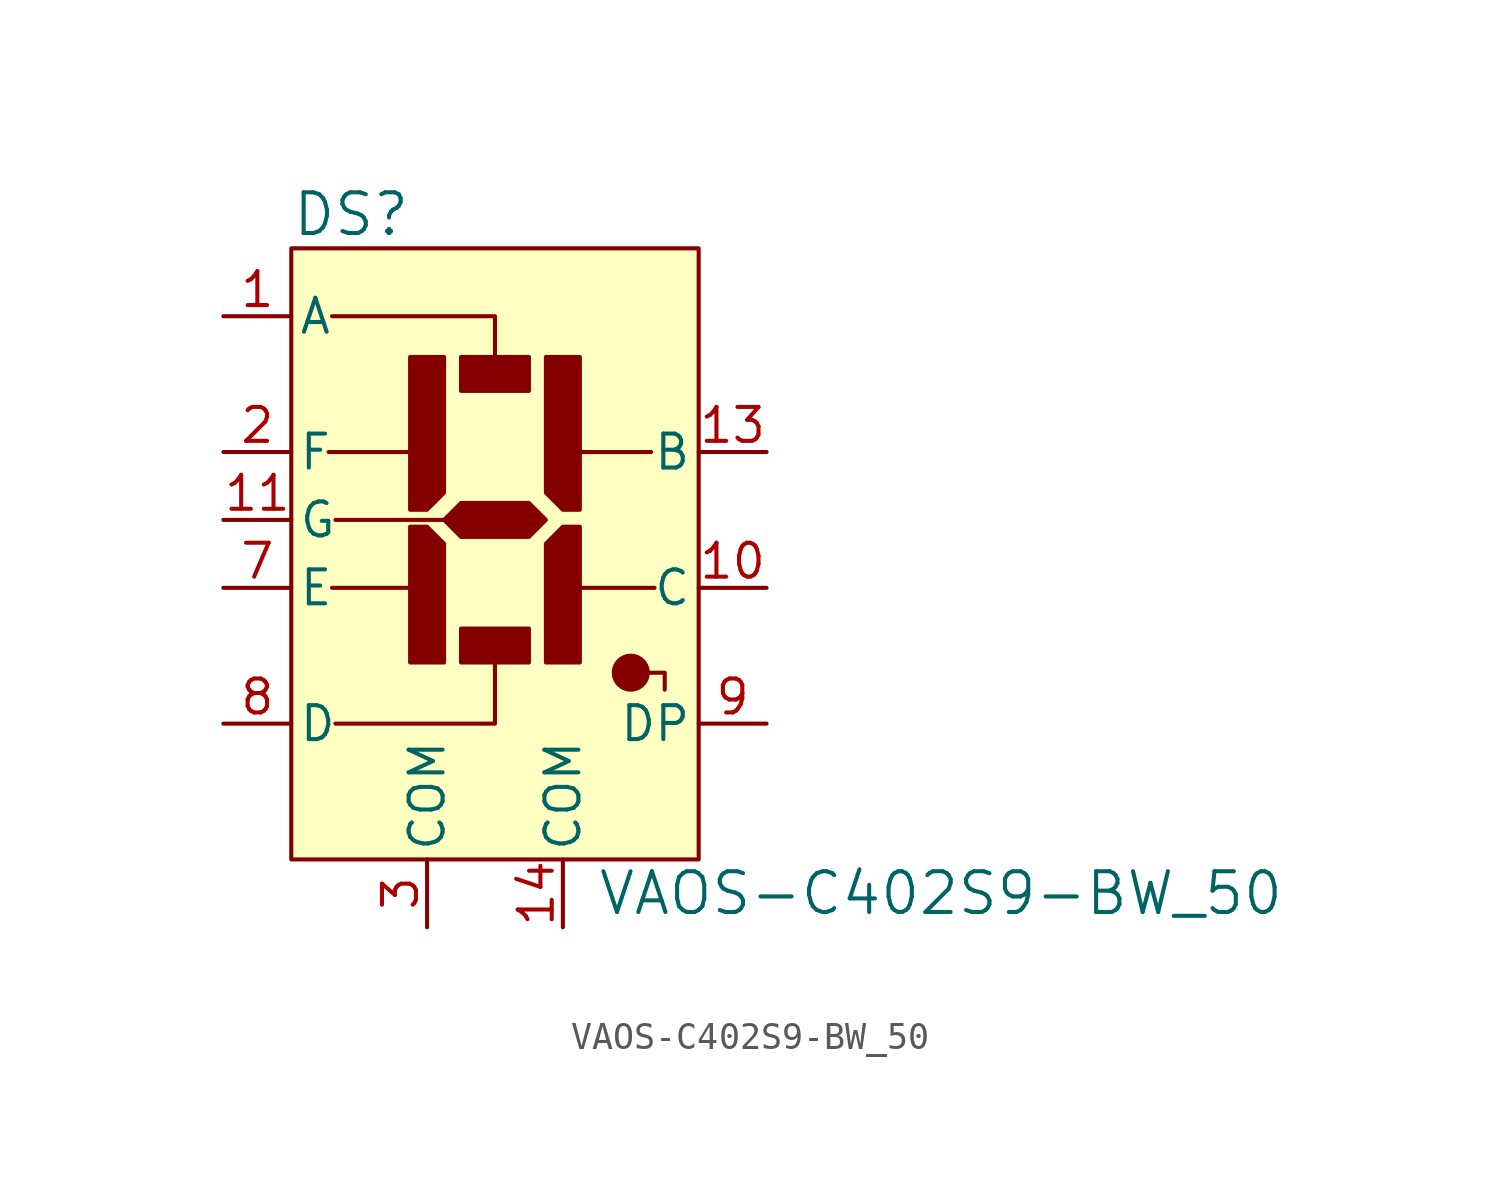
<source format=kicad_sym>
(kicad_symbol_lib
  (version 20220914)
  (generator kicad_symbol_editor)
  (symbol "VAOS-C402S9-BW_50"
    (pin_names
      (offset 0.254))
    (property "Reference" "DS"
      (at -7.62 11.43 0)
      (effects (font (size 1.524 1.524)) (justify left)))
    (property "Value" "VAOS-C402S9-BW_50"
      (at 3.81 -13.97 0)
      (effects (font (size 1.524 1.524)) (justify left)))
    (symbol "VAOS-C402S9-BW_50_0_1"
      (rectangle (start -7.62 10.16) (end 7.62 -12.7) (stroke (width 0) (type solid)) (fill (type background)))
      (rectangle (start -1.27 -4.064) (end 1.27 -5.334) (stroke (width 0) (type solid)) (fill (type outline)))
      (polyline (pts (xy -6.223 2.54) (xy -2.54 2.54)) (stroke (width 0) (type solid)) (fill (type none)))
      (polyline (pts (xy -6.096 -2.54) (xy -2.54 -2.54)) (stroke (width 0) (type solid)) (fill (type none)))
      (polyline (pts (xy -5.969 0) (xy 0 0)) (stroke (width 0) (type solid)) (fill (type none)))
      (polyline (pts (xy 5.842 2.54) (xy 2.54 2.54)) (stroke (width 0) (type solid)) (fill (type none)))
      (polyline (pts (xy 5.969 -2.54) (xy 2.54 -2.54)) (stroke (width 0) (type solid)) (fill (type none)))
      (polyline (pts (xy -6.096 7.62) (xy 0 7.62) (xy 0 5.08)) (stroke (width 0) (type solid)) (fill (type none)))
      (polyline (pts (xy -5.969 -7.62) (xy 0 -7.62) (xy 0 -5.08)) (stroke (width 0) (type solid)) (fill (type none)))
      (polyline (pts (xy 6.35 -6.35) (xy 6.35 -5.715) (xy 5.08 -5.715)) (stroke (width 0) (type solid)) (fill (type none)))
      (polyline (pts (xy -1.905 1.016) (xy -2.54 0.381) (xy -3.175 0.381) (xy -3.175 6.096) (xy -1.905 6.096) (xy -1.905 1.016)) (stroke (width 0) (type solid)) (fill (type outline)))
      (polyline (pts (xy 1.905 -0.889) (xy 2.54 -0.254) (xy 3.175 -0.254) (xy 3.175 -5.334) (xy 1.905 -5.334) (xy 1.905 -0.889)) (stroke (width 0) (type solid)) (fill (type outline)))
      (polyline (pts (xy 1.905 1.016) (xy 2.54 0.381) (xy 3.175 0.381) (xy 3.175 6.096) (xy 1.905 6.096) (xy 1.905 1.016)) (stroke (width 0) (type solid)) (fill (type outline)))
      (polyline (pts (xy -1.905 -0.889) (xy -2.54 -0.254) (xy -3.175 -0.254) (xy -3.175 -5.334) (xy -2.54 -5.334) (xy -1.905 -5.334) (xy -1.905 -0.889)) (stroke (width 0) (type solid)) (fill (type outline)))
      (polyline (pts (xy -1.905 0) (xy -1.27 0.635) (xy 1.27 0.635) (xy 1.905 0) (xy 1.27 -0.635) (xy -1.27 -0.635) (xy -1.905 0)) (stroke (width 0) (type solid)) (fill (type outline)))
      (rectangle (start 1.27 4.826) (end -1.27 6.096) (stroke (width 0) (type solid)) (fill (type outline)))
      (circle (center 5.08 -5.715) (radius 0.635) (stroke (width 0) (type solid)) (fill (type outline))))
    (symbol "VAOS-C402S9-BW_50_1_0"
      (pin passive line (at 2.54 -15.24 90) (length 2.54) (name "COM" (effects (font (size 1.27 1.27)))) (number "14" (effects (font (size 1.27 1.27)))))
      (pin passive line (at -2.54 -15.24 90) (length 2.54) (name "COM" (effects (font (size 1.27 1.27)))) (number "3" (effects (font (size 1.27 1.27))))))
    (symbol "VAOS-C402S9-BW_50_1_1"
      (pin input line (at -10.16 7.62 0) (length 2.54) (name "A" (effects (font (size 1.27 1.27)))) (number "1" (effects (font (size 1.27 1.27)))))
      (pin input line (at 10.16 -2.54 180) (length 2.54) (name "C" (effects (font (size 1.27 1.27)))) (number "10" (effects (font (size 1.27 1.27)))))
      (pin input line (at -10.16 0 0) (length 2.54) (name "G" (effects (font (size 1.27 1.27)))) (number "11" (effects (font (size 1.27 1.27)))))
      (pin input line (at 10.16 2.54 180) (length 2.54) (name "B" (effects (font (size 1.27 1.27)))) (number "13" (effects (font (size 1.27 1.27)))))
      (pin input line (at -10.16 2.54 0) (length 2.54) (name "F" (effects (font (size 1.27 1.27)))) (number "2" (effects (font (size 1.27 1.27)))))
      (pin input line (at -10.16 -2.54 0) (length 2.54) (name "E" (effects (font (size 1.27 1.27)))) (number "7" (effects (font (size 1.27 1.27)))))
      (pin input line (at -10.16 -7.62 0) (length 2.54) (name "D" (effects (font (size 1.27 1.27)))) (number "8" (effects (font (size 1.27 1.27)))))
      (pin input line (at 10.16 -7.62 180) (length 2.54) (name "DP" (effects (font (size 1.27 1.27)))) (number "9" (effects (font (size 1.27 1.27))))))))
</source>
